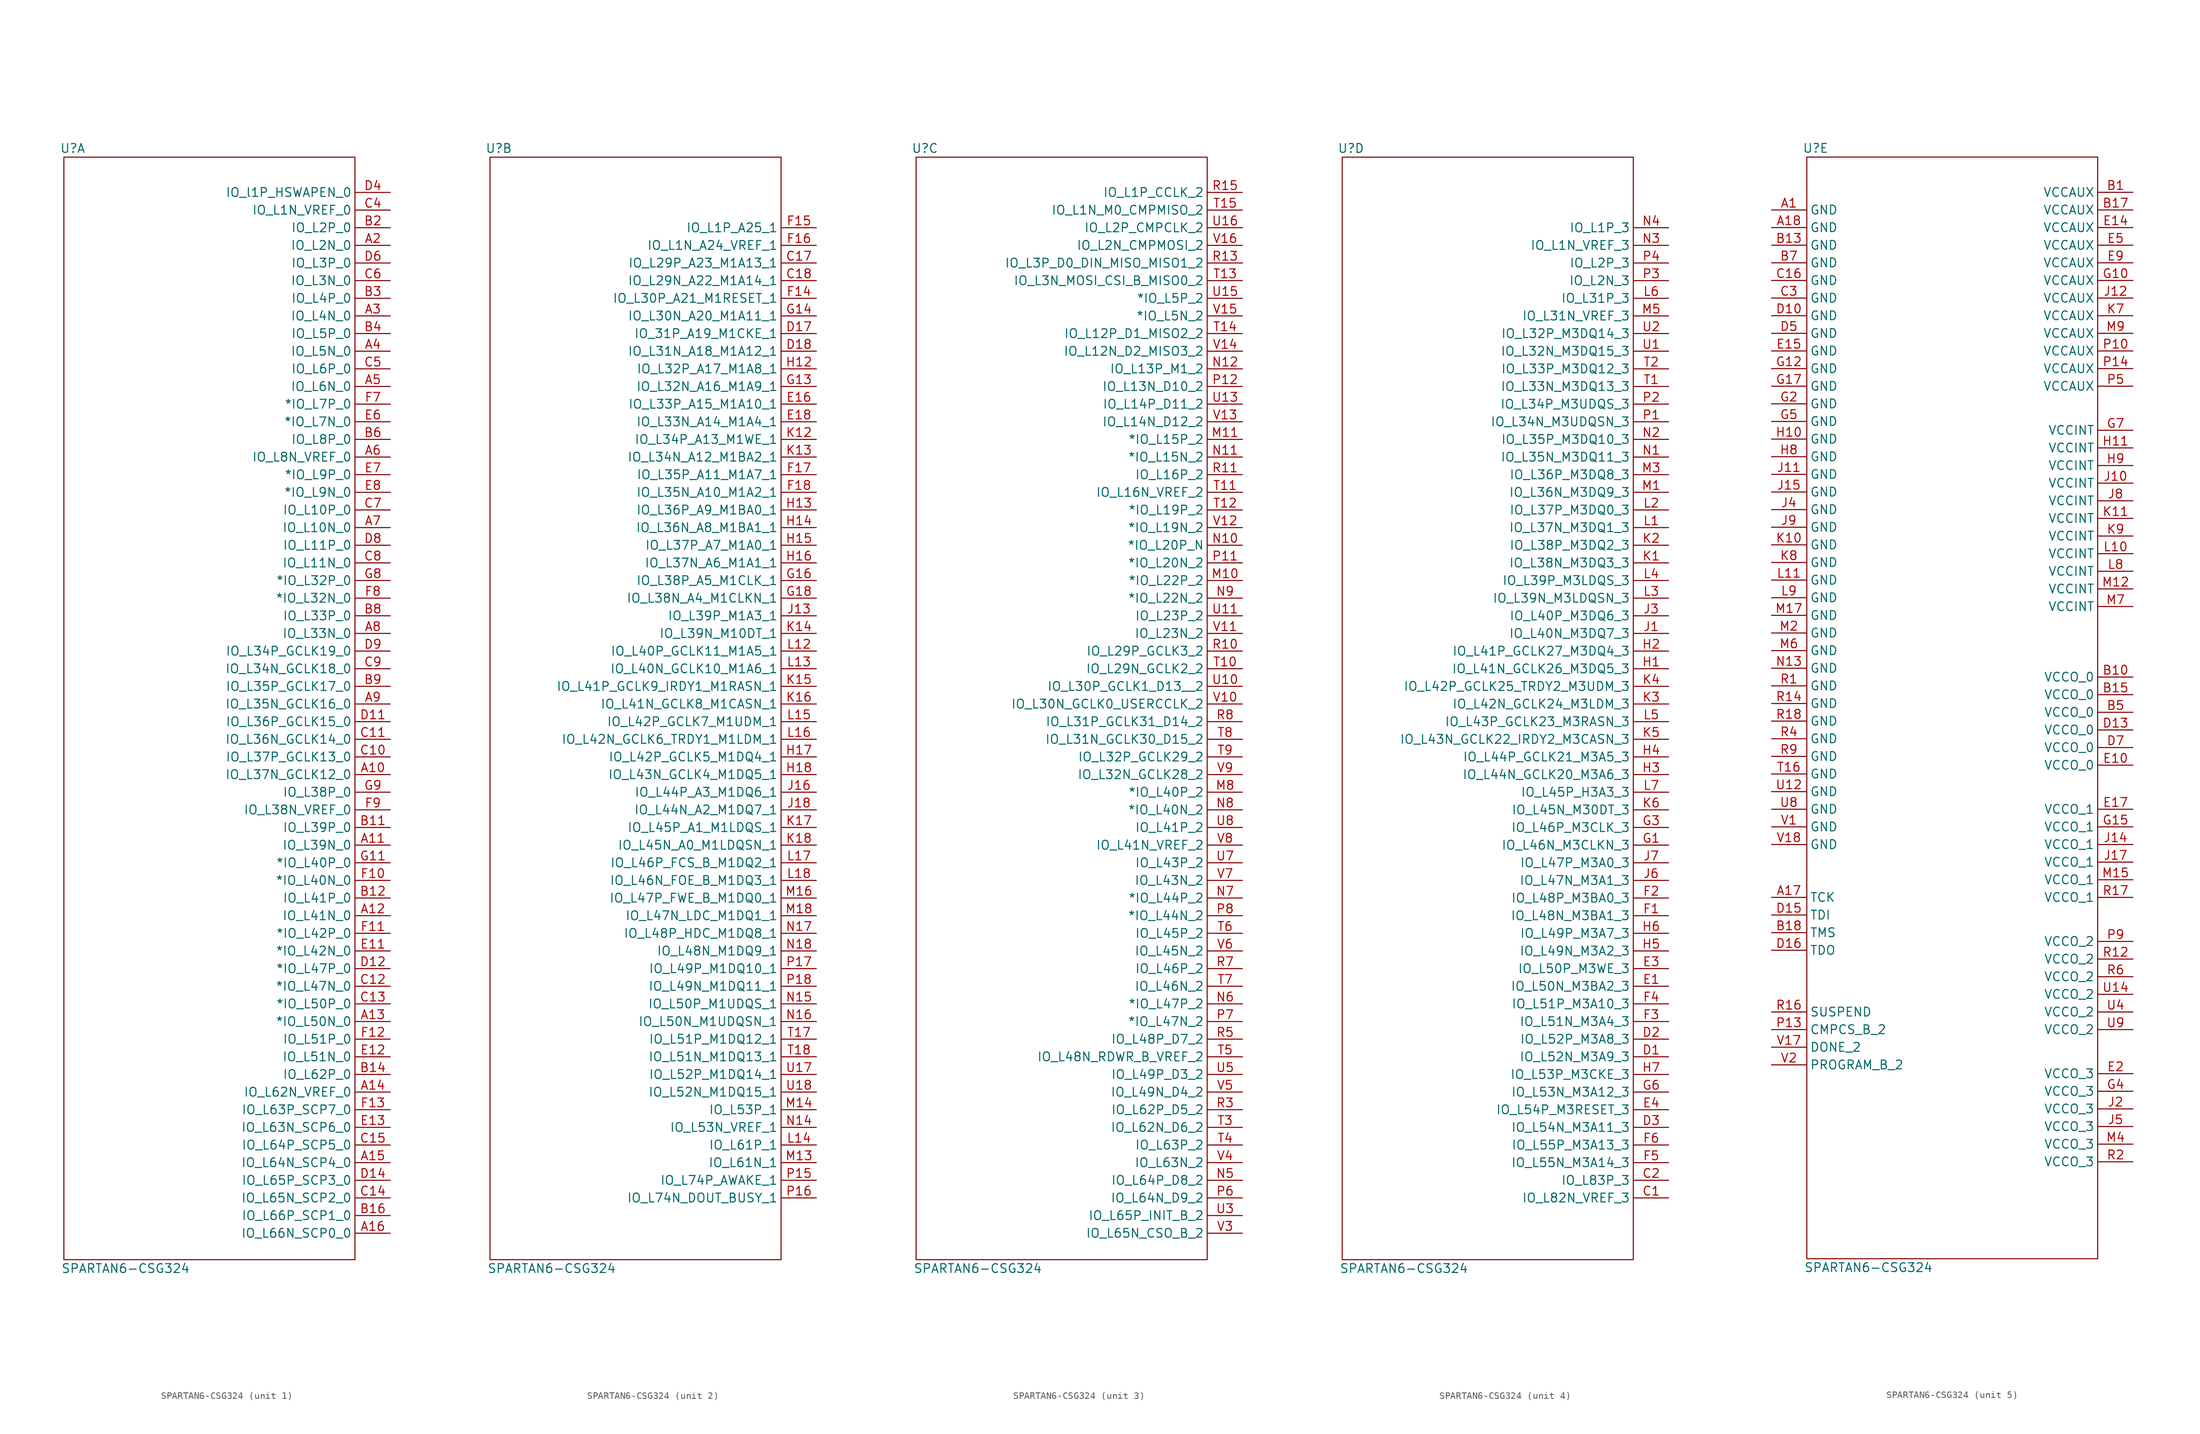
<source format=kicad_sym>
(kicad_symbol_lib
  (version 20211014)
  (generator kicad_symbol_editor)
  (symbol "SPARTAN6-CSG324"
    (property "Reference" "U"
      (at -20.32 80.01 0)
      (effects (font (size 1.27 1.27))))
    (property "Value" "SPARTAN6-CSG324"
      (at -12.7 -81.28 0)
      (effects (font (size 1.27 1.27))))
    (property "ki_locked" ""
      (at 0 0 0)
      (effects (font (size 1.27 1.27))))
    (symbol "SPARTAN6-CSG324_1_1"
      (rectangle (start 20.32 78.74) (end -21.59 -80.01) (stroke (width 0) (type default) (color 0 0 0 0)) (fill (type none)))
      (pin input line (at 25.4 -10.16 180) (length 5) (name "IO_L37N_GCLK12_0" (effects (font (size 1.27 1.27)))) (number "A10" (effects (font (size 1.27 1.27)))))
      (pin input line (at 25.4 -20.32 180) (length 5) (name "IO_L39N_0" (effects (font (size 1.27 1.27)))) (number "A11" (effects (font (size 1.27 1.27)))))
      (pin input line (at 25.4 -30.48 180) (length 5) (name "IO_L41N_0" (effects (font (size 1.27 1.27)))) (number "A12" (effects (font (size 1.27 1.27)))))
      (pin input line (at 25.4 -45.72 180) (length 5) (name "*IO_L50N_0" (effects (font (size 1.27 1.27)))) (number "A13" (effects (font (size 1.27 1.27)))))
      (pin input line (at 25.4 -55.88 180) (length 5) (name "IO_L62N_VREF_0" (effects (font (size 1.27 1.27)))) (number "A14" (effects (font (size 1.27 1.27)))))
      (pin input line (at 25.4 -66.04 180) (length 5) (name "IO_L64N_SCP4_0" (effects (font (size 1.27 1.27)))) (number "A15" (effects (font (size 1.27 1.27)))))
      (pin input line (at 25.4 -76.2 180) (length 5) (name "IO_L66N_SCP0_0" (effects (font (size 1.27 1.27)))) (number "A16" (effects (font (size 1.27 1.27)))))
      (pin input line (at 25.4 66.04 180) (length 5) (name "IO_L2N_0" (effects (font (size 1.27 1.27)))) (number "A2" (effects (font (size 1.27 1.27)))))
      (pin input line (at 25.4 55.88 180) (length 5) (name "IO_L4N_0" (effects (font (size 1.27 1.27)))) (number "A3" (effects (font (size 1.27 1.27)))))
      (pin input line (at 25.4 50.8 180) (length 5) (name "IO_L5N_0" (effects (font (size 1.27 1.27)))) (number "A4" (effects (font (size 1.27 1.27)))))
      (pin input line (at 25.4 45.72 180) (length 5) (name "IO_L6N_0" (effects (font (size 1.27 1.27)))) (number "A5" (effects (font (size 1.27 1.27)))))
      (pin input line (at 25.4 35.56 180) (length 5) (name "IO_L8N_VREF_0" (effects (font (size 1.27 1.27)))) (number "A6" (effects (font (size 1.27 1.27)))))
      (pin input line (at 25.4 25.4 180) (length 5) (name "IO_L10N_0" (effects (font (size 1.27 1.27)))) (number "A7" (effects (font (size 1.27 1.27)))))
      (pin input line (at 25.4 10.16 180) (length 5) (name "IO_L33N_0" (effects (font (size 1.27 1.27)))) (number "A8" (effects (font (size 1.27 1.27)))))
      (pin input line (at 25.4 0 180) (length 5) (name "IO_L35N_GCLK16_0" (effects (font (size 1.27 1.27)))) (number "A9" (effects (font (size 1.27 1.27)))))
      (pin input line (at 25.4 -17.78 180) (length 5) (name "IO_L39P_0" (effects (font (size 1.27 1.27)))) (number "B11" (effects (font (size 1.27 1.27)))))
      (pin input line (at 25.4 -27.94 180) (length 5) (name "IO_L41P_0" (effects (font (size 1.27 1.27)))) (number "B12" (effects (font (size 1.27 1.27)))))
      (pin input line (at 25.4 -53.34 180) (length 5) (name "IO_L62P_0" (effects (font (size 1.27 1.27)))) (number "B14" (effects (font (size 1.27 1.27)))))
      (pin input line (at 25.4 -73.66 180) (length 5) (name "IO_L66P_SCP1_0" (effects (font (size 1.27 1.27)))) (number "B16" (effects (font (size 1.27 1.27)))))
      (pin input line (at 25.4 68.58 180) (length 5) (name "IO_L2P_0" (effects (font (size 1.27 1.27)))) (number "B2" (effects (font (size 1.27 1.27)))))
      (pin input line (at 25.4 58.42 180) (length 5) (name "IO_L4P_0" (effects (font (size 1.27 1.27)))) (number "B3" (effects (font (size 1.27 1.27)))))
      (pin input line (at 25.4 53.34 180) (length 5) (name "IO_L5P_0" (effects (font (size 1.27 1.27)))) (number "B4" (effects (font (size 1.27 1.27)))))
      (pin input line (at 25.4 38.1 180) (length 5) (name "IO_L8P_0" (effects (font (size 1.27 1.27)))) (number "B6" (effects (font (size 1.27 1.27)))))
      (pin input line (at 25.4 12.7 180) (length 5) (name "IO_L33P_0" (effects (font (size 1.27 1.27)))) (number "B8" (effects (font (size 1.27 1.27)))))
      (pin input line (at 25.4 2.54 180) (length 5) (name "IO_L35P_GCLK17_0" (effects (font (size 1.27 1.27)))) (number "B9" (effects (font (size 1.27 1.27)))))
      (pin input line (at 25.4 -7.62 180) (length 5) (name "IO_L37P_GCLK13_0" (effects (font (size 1.27 1.27)))) (number "C10" (effects (font (size 1.27 1.27)))))
      (pin input line (at 25.4 -5.08 180) (length 5) (name "IO_L36N_GCLK14_0" (effects (font (size 1.27 1.27)))) (number "C11" (effects (font (size 1.27 1.27)))))
      (pin input line (at 25.4 -40.64 180) (length 5) (name "*IO_L47N_0" (effects (font (size 1.27 1.27)))) (number "C12" (effects (font (size 1.27 1.27)))))
      (pin input line (at 25.4 -43.18 180) (length 5) (name "*IO_L50P_0" (effects (font (size 1.27 1.27)))) (number "C13" (effects (font (size 1.27 1.27)))))
      (pin input line (at 25.4 -71.12 180) (length 5) (name "IO_L65N_SCP2_0" (effects (font (size 1.27 1.27)))) (number "C14" (effects (font (size 1.27 1.27)))))
      (pin input line (at 25.4 -63.5 180) (length 5) (name "IO_L64P_SCP5_0" (effects (font (size 1.27 1.27)))) (number "C15" (effects (font (size 1.27 1.27)))))
      (pin input line (at 25.4 71.12 180) (length 5) (name "IO_L1N_VREF_0" (effects (font (size 1.27 1.27)))) (number "C4" (effects (font (size 1.27 1.27)))))
      (pin input line (at 25.4 48.26 180) (length 5) (name "IO_L6P_0" (effects (font (size 1.27 1.27)))) (number "C5" (effects (font (size 1.27 1.27)))))
      (pin input line (at 25.4 60.96 180) (length 5) (name "IO_L3N_0" (effects (font (size 1.27 1.27)))) (number "C6" (effects (font (size 1.27 1.27)))))
      (pin input line (at 25.4 27.94 180) (length 5) (name "IO_L10P_0" (effects (font (size 1.27 1.27)))) (number "C7" (effects (font (size 1.27 1.27)))))
      (pin input line (at 25.4 20.32 180) (length 5) (name "IO_L11N_0" (effects (font (size 1.27 1.27)))) (number "C8" (effects (font (size 1.27 1.27)))))
      (pin input line (at 25.4 5.08 180) (length 5) (name "IO_L34N_GCLK18_0" (effects (font (size 1.27 1.27)))) (number "C9" (effects (font (size 1.27 1.27)))))
      (pin input line (at 25.4 -2.54 180) (length 5) (name "IO_L36P_GCLK15_0" (effects (font (size 1.27 1.27)))) (number "D11" (effects (font (size 1.27 1.27)))))
      (pin input line (at 25.4 -38.1 180) (length 5) (name "*IO_L47P_0" (effects (font (size 1.27 1.27)))) (number "D12" (effects (font (size 1.27 1.27)))))
      (pin input line (at 25.4 -68.58 180) (length 5) (name "IO_L65P_SCP3_0" (effects (font (size 1.27 1.27)))) (number "D14" (effects (font (size 1.27 1.27)))))
      (pin input line (at 25.4 73.66 180) (length 5) (name "IO_l1P_HSWAPEN_0" (effects (font (size 1.27 1.27)))) (number "D4" (effects (font (size 1.27 1.27)))))
      (pin input line (at 25.4 63.5 180) (length 5) (name "IO_L3P_0" (effects (font (size 1.27 1.27)))) (number "D6" (effects (font (size 1.27 1.27)))))
      (pin input line (at 25.4 22.86 180) (length 5) (name "IO_L11P_0" (effects (font (size 1.27 1.27)))) (number "D8" (effects (font (size 1.27 1.27)))))
      (pin input line (at 25.4 7.62 180) (length 5) (name "IO_L34P_GCLK19_0" (effects (font (size 1.27 1.27)))) (number "D9" (effects (font (size 1.27 1.27)))))
      (pin input line (at 25.4 -35.56 180) (length 5) (name "*IO_L42N_0" (effects (font (size 1.27 1.27)))) (number "E11" (effects (font (size 1.27 1.27)))))
      (pin input line (at 25.4 -50.8 180) (length 5) (name "IO_L51N_0" (effects (font (size 1.27 1.27)))) (number "E12" (effects (font (size 1.27 1.27)))))
      (pin input line (at 25.4 -60.96 180) (length 5) (name "IO_L63N_SCP6_0" (effects (font (size 1.27 1.27)))) (number "E13" (effects (font (size 1.27 1.27)))))
      (pin input line (at 25.4 40.64 180) (length 5) (name "*IO_L7N_0" (effects (font (size 1.27 1.27)))) (number "E6" (effects (font (size 1.27 1.27)))))
      (pin input line (at 25.4 33.02 180) (length 5) (name "*IO_L9P_0" (effects (font (size 1.27 1.27)))) (number "E7" (effects (font (size 1.27 1.27)))))
      (pin input line (at 25.4 30.48 180) (length 5) (name "*IO_L9N_0" (effects (font (size 1.27 1.27)))) (number "E8" (effects (font (size 1.27 1.27)))))
      (pin input line (at 25.4 -25.4 180) (length 5) (name "*IO_L40N_0" (effects (font (size 1.27 1.27)))) (number "F10" (effects (font (size 1.27 1.27)))))
      (pin input line (at 25.4 -33.02 180) (length 5) (name "*IO_L42P_0" (effects (font (size 1.27 1.27)))) (number "F11" (effects (font (size 1.27 1.27)))))
      (pin input line (at 25.4 -48.26 180) (length 5) (name "IO_L51P_0" (effects (font (size 1.27 1.27)))) (number "F12" (effects (font (size 1.27 1.27)))))
      (pin input line (at 25.4 -58.42 180) (length 5) (name "IO_L63P_SCP7_0" (effects (font (size 1.27 1.27)))) (number "F13" (effects (font (size 1.27 1.27)))))
      (pin input line (at 25.4 43.18 180) (length 5) (name "*IO_L7P_0" (effects (font (size 1.27 1.27)))) (number "F7" (effects (font (size 1.27 1.27)))))
      (pin input line (at 25.4 15.24 180) (length 5) (name "*IO_L32N_0" (effects (font (size 1.27 1.27)))) (number "F8" (effects (font (size 1.27 1.27)))))
      (pin input line (at 25.4 -15.24 180) (length 5) (name "IO_L38N_VREF_0" (effects (font (size 1.27 1.27)))) (number "F9" (effects (font (size 1.27 1.27)))))
      (pin input line (at 25.4 -22.86 180) (length 5) (name "*IO_L40P_0" (effects (font (size 1.27 1.27)))) (number "G11" (effects (font (size 1.27 1.27)))))
      (pin input line (at 25.4 17.78 180) (length 5) (name "*IO_L32P_0" (effects (font (size 1.27 1.27)))) (number "G8" (effects (font (size 1.27 1.27)))))
      (pin input line (at 25.4 -12.7 180) (length 5) (name "IO_L38P_0" (effects (font (size 1.27 1.27)))) (number "G9" (effects (font (size 1.27 1.27))))))
    (symbol "SPARTAN6-CSG324_2_1"
      (rectangle (start 20.32 78.74) (end -21.59 -80.01) (stroke (width 0) (type default) (color 0 0 0 0)) (fill (type none)))
      (pin input line (at 25.4 63.5 180) (length 5) (name "IO_L29P_A23_M1A13_1" (effects (font (size 1.27 1.27)))) (number "C17" (effects (font (size 1.27 1.27)))))
      (pin input line (at 25.4 60.96 180) (length 5) (name "IO_L29N_A22_M1A14_1" (effects (font (size 1.27 1.27)))) (number "C18" (effects (font (size 1.27 1.27)))))
      (pin input line (at 25.4 53.34 180) (length 5) (name "IO_31P_A19_M1CKE_1" (effects (font (size 1.27 1.27)))) (number "D17" (effects (font (size 1.27 1.27)))))
      (pin input line (at 25.4 50.8 180) (length 5) (name "IO_L31N_A18_M1A12_1" (effects (font (size 1.27 1.27)))) (number "D18" (effects (font (size 1.27 1.27)))))
      (pin input line (at 25.4 43.18 180) (length 5) (name "IO_L33P_A15_M1A10_1" (effects (font (size 1.27 1.27)))) (number "E16" (effects (font (size 1.27 1.27)))))
      (pin input line (at 25.4 40.64 180) (length 5) (name "IO_L33N_A14_M1A4_1" (effects (font (size 1.27 1.27)))) (number "E18" (effects (font (size 1.27 1.27)))))
      (pin input line (at 25.4 58.42 180) (length 5) (name "IO_L30P_A21_M1RESET_1" (effects (font (size 1.27 1.27)))) (number "F14" (effects (font (size 1.27 1.27)))))
      (pin input line (at 25.4 68.58 180) (length 5) (name "IO_L1P_A25_1" (effects (font (size 1.27 1.27)))) (number "F15" (effects (font (size 1.27 1.27)))))
      (pin input line (at 25.4 66.04 180) (length 5) (name "IO_L1N_A24_VREF_1" (effects (font (size 1.27 1.27)))) (number "F16" (effects (font (size 1.27 1.27)))))
      (pin input line (at 25.4 33.02 180) (length 5) (name "IO_L35P_A11_M1A7_1" (effects (font (size 1.27 1.27)))) (number "F17" (effects (font (size 1.27 1.27)))))
      (pin input line (at 25.4 30.48 180) (length 5) (name "IO_L35N_A10_M1A2_1" (effects (font (size 1.27 1.27)))) (number "F18" (effects (font (size 1.27 1.27)))))
      (pin input line (at 25.4 45.72 180) (length 5) (name "IO_L32N_A16_M1A9_1" (effects (font (size 1.27 1.27)))) (number "G13" (effects (font (size 1.27 1.27)))))
      (pin input line (at 25.4 55.88 180) (length 5) (name "IO_L30N_A20_M1A11_1" (effects (font (size 1.27 1.27)))) (number "G14" (effects (font (size 1.27 1.27)))))
      (pin input line (at 25.4 17.78 180) (length 5) (name "IO_L38P_A5_M1CLK_1" (effects (font (size 1.27 1.27)))) (number "G16" (effects (font (size 1.27 1.27)))))
      (pin input line (at 25.4 15.24 180) (length 5) (name "IO_L38N_A4_M1CLKN_1" (effects (font (size 1.27 1.27)))) (number "G18" (effects (font (size 1.27 1.27)))))
      (pin input line (at 25.4 48.26 180) (length 5) (name "IO_L32P_A17_M1A8_1" (effects (font (size 1.27 1.27)))) (number "H12" (effects (font (size 1.27 1.27)))))
      (pin input line (at 25.4 27.94 180) (length 5) (name "IO_L36P_A9_M1BA0_1" (effects (font (size 1.27 1.27)))) (number "H13" (effects (font (size 1.27 1.27)))))
      (pin input line (at 25.4 25.4 180) (length 5) (name "IO_L36N_A8_M1BA1_1" (effects (font (size 1.27 1.27)))) (number "H14" (effects (font (size 1.27 1.27)))))
      (pin input line (at 25.4 22.86 180) (length 5) (name "IO_L37P_A7_M1A0_1" (effects (font (size 1.27 1.27)))) (number "H15" (effects (font (size 1.27 1.27)))))
      (pin input line (at 25.4 20.32 180) (length 5) (name "IO_L37N_A6_M1A1_1" (effects (font (size 1.27 1.27)))) (number "H16" (effects (font (size 1.27 1.27)))))
      (pin input line (at 25.4 -7.62 180) (length 5) (name "IO_L42P_GCLK5_M1DQ4_1" (effects (font (size 1.27 1.27)))) (number "H17" (effects (font (size 1.27 1.27)))))
      (pin input line (at 25.4 -10.16 180) (length 5) (name "IO_L43N_GCLK4_M1DQ5_1" (effects (font (size 1.27 1.27)))) (number "H18" (effects (font (size 1.27 1.27)))))
      (pin input line (at 25.4 12.7 180) (length 5) (name "IO_L39P_M1A3_1" (effects (font (size 1.27 1.27)))) (number "J13" (effects (font (size 1.27 1.27)))))
      (pin input line (at 25.4 -12.7 180) (length 5) (name "IO_L44P_A3_M1DQ6_1" (effects (font (size 1.27 1.27)))) (number "J16" (effects (font (size 1.27 1.27)))))
      (pin input line (at 25.4 -15.24 180) (length 5) (name "IO_L44N_A2_M1DQ7_1" (effects (font (size 1.27 1.27)))) (number "J18" (effects (font (size 1.27 1.27)))))
      (pin input line (at 25.4 38.1 180) (length 5) (name "IO_L34P_A13_M1WE_1" (effects (font (size 1.27 1.27)))) (number "K12" (effects (font (size 1.27 1.27)))))
      (pin input line (at 25.4 35.56 180) (length 5) (name "IO_L34N_A12_M1BA2_1" (effects (font (size 1.27 1.27)))) (number "K13" (effects (font (size 1.27 1.27)))))
      (pin input line (at 25.4 10.16 180) (length 5) (name "IO_L39N_M10DT_1" (effects (font (size 1.27 1.27)))) (number "K14" (effects (font (size 1.27 1.27)))))
      (pin input line (at 25.4 2.54 180) (length 5) (name "IO_L41P_GCLK9_IRDY1_M1RASN_1" (effects (font (size 1.27 1.27)))) (number "K15" (effects (font (size 1.27 1.27)))))
      (pin input line (at 25.4 0 180) (length 5) (name "IO_L41N_GCLK8_M1CASN_1" (effects (font (size 1.27 1.27)))) (number "K16" (effects (font (size 1.27 1.27)))))
      (pin input line (at 25.4 -17.78 180) (length 5) (name "IO_L45P_A1_M1LDQS_1" (effects (font (size 1.27 1.27)))) (number "K17" (effects (font (size 1.27 1.27)))))
      (pin input line (at 25.4 -20.32 180) (length 5) (name "IO_L45N_A0_M1LDQSN_1" (effects (font (size 1.27 1.27)))) (number "K18" (effects (font (size 1.27 1.27)))))
      (pin input line (at 25.4 7.62 180) (length 5) (name "IO_L40P_GCLK11_M1A5_1" (effects (font (size 1.27 1.27)))) (number "L12" (effects (font (size 1.27 1.27)))))
      (pin input line (at 25.4 5.08 180) (length 5) (name "IO_L40N_GCLK10_M1A6_1" (effects (font (size 1.27 1.27)))) (number "L13" (effects (font (size 1.27 1.27)))))
      (pin input line (at 25.4 -63.5 180) (length 5) (name "IO_L61P_1" (effects (font (size 1.27 1.27)))) (number "L14" (effects (font (size 1.27 1.27)))))
      (pin input line (at 25.4 -2.54 180) (length 5) (name "IO_L42P_GCLK7_M1UDM_1" (effects (font (size 1.27 1.27)))) (number "L15" (effects (font (size 1.27 1.27)))))
      (pin input line (at 25.4 -5.08 180) (length 5) (name "IO_L42N_GCLK6_TRDY1_M1LDM_1" (effects (font (size 1.27 1.27)))) (number "L16" (effects (font (size 1.27 1.27)))))
      (pin input line (at 25.4 -22.86 180) (length 5) (name "IO_L46P_FCS_B_M1DQ2_1" (effects (font (size 1.27 1.27)))) (number "L17" (effects (font (size 1.27 1.27)))))
      (pin input line (at 25.4 -25.4 180) (length 5) (name "IO_L46N_FOE_B_M1DQ3_1" (effects (font (size 1.27 1.27)))) (number "L18" (effects (font (size 1.27 1.27)))))
      (pin input line (at 25.4 -66.04 180) (length 5) (name "IO_L61N_1" (effects (font (size 1.27 1.27)))) (number "M13" (effects (font (size 1.27 1.27)))))
      (pin input line (at 25.4 -58.42 180) (length 5) (name "IO_L53P_1" (effects (font (size 1.27 1.27)))) (number "M14" (effects (font (size 1.27 1.27)))))
      (pin input line (at 25.4 -27.94 180) (length 5) (name "IO_L47P_FWE_B_M1DQ0_1" (effects (font (size 1.27 1.27)))) (number "M16" (effects (font (size 1.27 1.27)))))
      (pin input line (at 25.4 -30.48 180) (length 5) (name "IO_L47N_LDC_M1DQ1_1" (effects (font (size 1.27 1.27)))) (number "M18" (effects (font (size 1.27 1.27)))))
      (pin input line (at 25.4 -60.96 180) (length 5) (name "IO_L53N_VREF_1" (effects (font (size 1.27 1.27)))) (number "N14" (effects (font (size 1.27 1.27)))))
      (pin input line (at 25.4 -43.18 180) (length 5) (name "IO_L50P_M1UDQS_1" (effects (font (size 1.27 1.27)))) (number "N15" (effects (font (size 1.27 1.27)))))
      (pin input line (at 25.4 -45.72 180) (length 5) (name "IO_L50N_M1UDQSN_1" (effects (font (size 1.27 1.27)))) (number "N16" (effects (font (size 1.27 1.27)))))
      (pin input line (at 25.4 -33.02 180) (length 5) (name "IO_L48P_HDC_M1DQ8_1" (effects (font (size 1.27 1.27)))) (number "N17" (effects (font (size 1.27 1.27)))))
      (pin input line (at 25.4 -35.56 180) (length 5) (name "IO_L48N_M1DQ9_1" (effects (font (size 1.27 1.27)))) (number "N18" (effects (font (size 1.27 1.27)))))
      (pin input line (at 25.4 -68.58 180) (length 5) (name "IO_L74P_AWAKE_1" (effects (font (size 1.27 1.27)))) (number "P15" (effects (font (size 1.27 1.27)))))
      (pin input line (at 25.4 -71.12 180) (length 5) (name "IO_L74N_DOUT_BUSY_1" (effects (font (size 1.27 1.27)))) (number "P16" (effects (font (size 1.27 1.27)))))
      (pin input line (at 25.4 -38.1 180) (length 5) (name "IO_L49P_M1DQ10_1" (effects (font (size 1.27 1.27)))) (number "P17" (effects (font (size 1.27 1.27)))))
      (pin input line (at 25.4 -40.64 180) (length 5) (name "IO_L49N_M1DQ11_1" (effects (font (size 1.27 1.27)))) (number "P18" (effects (font (size 1.27 1.27)))))
      (pin input line (at 25.4 -48.26 180) (length 5) (name "IO_L51P_M1DQ12_1" (effects (font (size 1.27 1.27)))) (number "T17" (effects (font (size 1.27 1.27)))))
      (pin input line (at 25.4 -50.8 180) (length 5) (name "IO_L51N_M1DQ13_1" (effects (font (size 1.27 1.27)))) (number "T18" (effects (font (size 1.27 1.27)))))
      (pin input line (at 25.4 -53.34 180) (length 5) (name "IO_L52P_M1DQ14_1" (effects (font (size 1.27 1.27)))) (number "U17" (effects (font (size 1.27 1.27)))))
      (pin input line (at 25.4 -55.88 180) (length 5) (name "IO_L52N_M1DQ15_1" (effects (font (size 1.27 1.27)))) (number "U18" (effects (font (size 1.27 1.27))))))
    (symbol "SPARTAN6-CSG324_3_1"
      (rectangle (start 20.32 78.74) (end -21.59 -80.01) (stroke (width 0) (type default) (color 0 0 0 0)) (fill (type none)))
      (pin input line (at 25.4 17.78 180) (length 5) (name "*IO_L22P_2" (effects (font (size 1.27 1.27)))) (number "M10" (effects (font (size 1.27 1.27)))))
      (pin input line (at 25.4 38.1 180) (length 5) (name "*IO_L15P_2" (effects (font (size 1.27 1.27)))) (number "M11" (effects (font (size 1.27 1.27)))))
      (pin input line (at 25.4 -12.7 180) (length 5) (name "*IO_L40P_2" (effects (font (size 1.27 1.27)))) (number "M8" (effects (font (size 1.27 1.27)))))
      (pin input line (at 25.4 22.86 180) (length 5) (name "*IO_L20P_N" (effects (font (size 1.27 1.27)))) (number "N10" (effects (font (size 1.27 1.27)))))
      (pin input line (at 25.4 35.56 180) (length 5) (name "*IO_L15N_2" (effects (font (size 1.27 1.27)))) (number "N11" (effects (font (size 1.27 1.27)))))
      (pin input line (at 25.4 48.26 180) (length 5) (name "IO_L13P_M1_2" (effects (font (size 1.27 1.27)))) (number "N12" (effects (font (size 1.27 1.27)))))
      (pin input line (at 25.4 -68.58 180) (length 5) (name "IO_L64P_D8_2" (effects (font (size 1.27 1.27)))) (number "N5" (effects (font (size 1.27 1.27)))))
      (pin input line (at 25.4 -43.18 180) (length 5) (name "*IO_L47P_2" (effects (font (size 1.27 1.27)))) (number "N6" (effects (font (size 1.27 1.27)))))
      (pin input line (at 25.4 -27.94 180) (length 5) (name "*IO_L44P_2" (effects (font (size 1.27 1.27)))) (number "N7" (effects (font (size 1.27 1.27)))))
      (pin input line (at 25.4 -15.24 180) (length 5) (name "*IO_L40N_2" (effects (font (size 1.27 1.27)))) (number "N8" (effects (font (size 1.27 1.27)))))
      (pin input line (at 25.4 15.24 180) (length 5) (name "*IO_L22N_2" (effects (font (size 1.27 1.27)))) (number "N9" (effects (font (size 1.27 1.27)))))
      (pin input line (at 25.4 20.32 180) (length 5) (name "*IO_L20N_2" (effects (font (size 1.27 1.27)))) (number "P11" (effects (font (size 1.27 1.27)))))
      (pin input line (at 25.4 45.72 180) (length 5) (name "IO_L13N_D10_2" (effects (font (size 1.27 1.27)))) (number "P12" (effects (font (size 1.27 1.27)))))
      (pin input line (at 25.4 -71.12 180) (length 5) (name "IO_L64N_D9_2" (effects (font (size 1.27 1.27)))) (number "P6" (effects (font (size 1.27 1.27)))))
      (pin input line (at 25.4 -45.72 180) (length 5) (name "*IO_L47N_2" (effects (font (size 1.27 1.27)))) (number "P7" (effects (font (size 1.27 1.27)))))
      (pin input line (at 25.4 -30.48 180) (length 5) (name "*IO_L44N_2" (effects (font (size 1.27 1.27)))) (number "P8" (effects (font (size 1.27 1.27)))))
      (pin input line (at 25.4 7.62 180) (length 5) (name "IO_L29P_GCLK3_2" (effects (font (size 1.27 1.27)))) (number "R10" (effects (font (size 1.27 1.27)))))
      (pin input line (at 25.4 33.02 180) (length 5) (name "IO_L16P_2" (effects (font (size 1.27 1.27)))) (number "R11" (effects (font (size 1.27 1.27)))))
      (pin input line (at 25.4 63.5 180) (length 5) (name "IO_L3P_D0_DIN_MISO_MISO1_2" (effects (font (size 1.27 1.27)))) (number "R13" (effects (font (size 1.27 1.27)))))
      (pin input line (at 25.4 73.66 180) (length 5) (name "IO_L1P_CCLK_2" (effects (font (size 1.27 1.27)))) (number "R15" (effects (font (size 1.27 1.27)))))
      (pin input line (at 25.4 -58.42 180) (length 5) (name "IO_L62P_D5_2" (effects (font (size 1.27 1.27)))) (number "R3" (effects (font (size 1.27 1.27)))))
      (pin input line (at 25.4 -48.26 180) (length 5) (name "IO_L48P_D7_2" (effects (font (size 1.27 1.27)))) (number "R5" (effects (font (size 1.27 1.27)))))
      (pin input line (at 25.4 -38.1 180) (length 5) (name "IO_L46P_2" (effects (font (size 1.27 1.27)))) (number "R7" (effects (font (size 1.27 1.27)))))
      (pin input line (at 25.4 -2.54 180) (length 5) (name "IO_L31P_GCLK31_D14_2" (effects (font (size 1.27 1.27)))) (number "R8" (effects (font (size 1.27 1.27)))))
      (pin input line (at 25.4 5.08 180) (length 5) (name "IO_L29N_GCLK2_2" (effects (font (size 1.27 1.27)))) (number "T10" (effects (font (size 1.27 1.27)))))
      (pin input line (at 25.4 30.48 180) (length 5) (name "IO_L16N_VREF_2" (effects (font (size 1.27 1.27)))) (number "T11" (effects (font (size 1.27 1.27)))))
      (pin input line (at 25.4 27.94 180) (length 5) (name "*IO_L19P_2" (effects (font (size 1.27 1.27)))) (number "T12" (effects (font (size 1.27 1.27)))))
      (pin input line (at 25.4 60.96 180) (length 5) (name "IO_L3N_MOSI_CSI_B_MISO0_2" (effects (font (size 1.27 1.27)))) (number "T13" (effects (font (size 1.27 1.27)))))
      (pin input line (at 25.4 53.34 180) (length 5) (name "IO_L12P_D1_MISO2_2" (effects (font (size 1.27 1.27)))) (number "T14" (effects (font (size 1.27 1.27)))))
      (pin input line (at 25.4 71.12 180) (length 5) (name "IO_L1N_M0_CMPMISO_2" (effects (font (size 1.27 1.27)))) (number "T15" (effects (font (size 1.27 1.27)))))
      (pin input line (at 25.4 -60.96 180) (length 5) (name "IO_L62N_D6_2" (effects (font (size 1.27 1.27)))) (number "T3" (effects (font (size 1.27 1.27)))))
      (pin input line (at 25.4 -63.5 180) (length 5) (name "IO_L63P_2" (effects (font (size 1.27 1.27)))) (number "T4" (effects (font (size 1.27 1.27)))))
      (pin input line (at 25.4 -50.8 180) (length 5) (name "IO_L48N_RDWR_B_VREF_2" (effects (font (size 1.27 1.27)))) (number "T5" (effects (font (size 1.27 1.27)))))
      (pin input line (at 25.4 -33.02 180) (length 5) (name "IO_L45P_2" (effects (font (size 1.27 1.27)))) (number "T6" (effects (font (size 1.27 1.27)))))
      (pin input line (at 25.4 -40.64 180) (length 5) (name "IO_L46N_2" (effects (font (size 1.27 1.27)))) (number "T7" (effects (font (size 1.27 1.27)))))
      (pin input line (at 25.4 -5.08 180) (length 5) (name "IO_L31N_GCLK30_D15_2" (effects (font (size 1.27 1.27)))) (number "T8" (effects (font (size 1.27 1.27)))))
      (pin input line (at 25.4 -7.62 180) (length 5) (name "IO_L32P_GCLK29_2" (effects (font (size 1.27 1.27)))) (number "T9" (effects (font (size 1.27 1.27)))))
      (pin input line (at 25.4 2.54 180) (length 5) (name "IO_L30P_GCLK1_D13__2" (effects (font (size 1.27 1.27)))) (number "U10" (effects (font (size 1.27 1.27)))))
      (pin input line (at 25.4 12.7 180) (length 5) (name "IO_L23P_2" (effects (font (size 1.27 1.27)))) (number "U11" (effects (font (size 1.27 1.27)))))
      (pin input line (at 25.4 43.18 180) (length 5) (name "IO_L14P_D11_2" (effects (font (size 1.27 1.27)))) (number "U13" (effects (font (size 1.27 1.27)))))
      (pin input line (at 25.4 58.42 180) (length 5) (name "*IO_L5P_2" (effects (font (size 1.27 1.27)))) (number "U15" (effects (font (size 1.27 1.27)))))
      (pin input line (at 25.4 68.58 180) (length 5) (name "IO_L2P_CMPCLK_2" (effects (font (size 1.27 1.27)))) (number "U16" (effects (font (size 1.27 1.27)))))
      (pin input line (at 25.4 -73.66 180) (length 5) (name "IO_L65P_INIT_B_2" (effects (font (size 1.27 1.27)))) (number "U3" (effects (font (size 1.27 1.27)))))
      (pin input line (at 25.4 -53.34 180) (length 5) (name "IO_L49P_D3_2" (effects (font (size 1.27 1.27)))) (number "U5" (effects (font (size 1.27 1.27)))))
      (pin input line (at 25.4 -22.86 180) (length 5) (name "IO_L43P_2" (effects (font (size 1.27 1.27)))) (number "U7" (effects (font (size 1.27 1.27)))))
      (pin input line (at 25.4 -17.78 180) (length 5) (name "IO_L41P_2" (effects (font (size 1.27 1.27)))) (number "U8" (effects (font (size 1.27 1.27)))))
      (pin input line (at 25.4 0 180) (length 5) (name "IO_L30N_GCLK0_USERCCLK_2" (effects (font (size 1.27 1.27)))) (number "V10" (effects (font (size 1.27 1.27)))))
      (pin input line (at 25.4 10.16 180) (length 5) (name "IO_L23N_2" (effects (font (size 1.27 1.27)))) (number "V11" (effects (font (size 1.27 1.27)))))
      (pin input line (at 25.4 25.4 180) (length 5) (name "*IO_L19N_2" (effects (font (size 1.27 1.27)))) (number "V12" (effects (font (size 1.27 1.27)))))
      (pin input line (at 25.4 40.64 180) (length 5) (name "IO_L14N_D12_2" (effects (font (size 1.27 1.27)))) (number "V13" (effects (font (size 1.27 1.27)))))
      (pin input line (at 25.4 50.8 180) (length 5) (name "IO_L12N_D2_MISO3_2" (effects (font (size 1.27 1.27)))) (number "V14" (effects (font (size 1.27 1.27)))))
      (pin input line (at 25.4 55.88 180) (length 5) (name "*IO_L5N_2" (effects (font (size 1.27 1.27)))) (number "V15" (effects (font (size 1.27 1.27)))))
      (pin input line (at 25.4 66.04 180) (length 5) (name "IO_L2N_CMPMOSI_2" (effects (font (size 1.27 1.27)))) (number "V16" (effects (font (size 1.27 1.27)))))
      (pin input line (at 25.4 -76.2 180) (length 5) (name "IO_L65N_CSO_B_2" (effects (font (size 1.27 1.27)))) (number "V3" (effects (font (size 1.27 1.27)))))
      (pin input line (at 25.4 -66.04 180) (length 5) (name "IO_L63N_2" (effects (font (size 1.27 1.27)))) (number "V4" (effects (font (size 1.27 1.27)))))
      (pin input line (at 25.4 -55.88 180) (length 5) (name "IO_L49N_D4_2" (effects (font (size 1.27 1.27)))) (number "V5" (effects (font (size 1.27 1.27)))))
      (pin input line (at 25.4 -35.56 180) (length 5) (name "IO_L45N_2" (effects (font (size 1.27 1.27)))) (number "V6" (effects (font (size 1.27 1.27)))))
      (pin input line (at 25.4 -25.4 180) (length 5) (name "IO_L43N_2" (effects (font (size 1.27 1.27)))) (number "V7" (effects (font (size 1.27 1.27)))))
      (pin input line (at 25.4 -20.32 180) (length 5) (name "IO_L41N_VREF_2" (effects (font (size 1.27 1.27)))) (number "V8" (effects (font (size 1.27 1.27)))))
      (pin input line (at 25.4 -10.16 180) (length 5) (name "IO_L32N_GCLK28_2" (effects (font (size 1.27 1.27)))) (number "V9" (effects (font (size 1.27 1.27))))))
    (symbol "SPARTAN6-CSG324_4_1"
      (rectangle (start 20.32 78.74) (end -21.59 -80.01) (stroke (width 0) (type default) (color 0 0 0 0)) (fill (type none)))
      (pin input line (at 25.4 -71.12 180) (length 5) (name "IO_L82N_VREF_3" (effects (font (size 1.27 1.27)))) (number "C1" (effects (font (size 1.27 1.27)))))
      (pin input line (at 25.4 -68.58 180) (length 5) (name "IO_L83P_3" (effects (font (size 1.27 1.27)))) (number "C2" (effects (font (size 1.27 1.27)))))
      (pin input line (at 25.4 -50.8 180) (length 5) (name "IO_L52N_M3A9_3" (effects (font (size 1.27 1.27)))) (number "D1" (effects (font (size 1.27 1.27)))))
      (pin input line (at 25.4 -48.26 180) (length 5) (name "IO_L52P_M3A8_3" (effects (font (size 1.27 1.27)))) (number "D2" (effects (font (size 1.27 1.27)))))
      (pin input line (at 25.4 -60.96 180) (length 5) (name "IO_L54N_M3A11_3" (effects (font (size 1.27 1.27)))) (number "D3" (effects (font (size 1.27 1.27)))))
      (pin input line (at 25.4 -40.64 180) (length 5) (name "IO_L50N_M3BA2_3" (effects (font (size 1.27 1.27)))) (number "E1" (effects (font (size 1.27 1.27)))))
      (pin input line (at 25.4 -38.1 180) (length 5) (name "IO_L50P_M3WE_3" (effects (font (size 1.27 1.27)))) (number "E3" (effects (font (size 1.27 1.27)))))
      (pin input line (at 25.4 -58.42 180) (length 5) (name "IO_L54P_M3RESET_3" (effects (font (size 1.27 1.27)))) (number "E4" (effects (font (size 1.27 1.27)))))
      (pin input line (at 25.4 -30.48 180) (length 5) (name "IO_L48N_M3BA1_3" (effects (font (size 1.27 1.27)))) (number "F1" (effects (font (size 1.27 1.27)))))
      (pin input line (at 25.4 -27.94 180) (length 5) (name "IO_L48P_M3BA0_3" (effects (font (size 1.27 1.27)))) (number "F2" (effects (font (size 1.27 1.27)))))
      (pin input line (at 25.4 -45.72 180) (length 5) (name "IO_L51N_M3A4_3" (effects (font (size 1.27 1.27)))) (number "F3" (effects (font (size 1.27 1.27)))))
      (pin input line (at 25.4 -43.18 180) (length 5) (name "IO_L51P_M3A10_3" (effects (font (size 1.27 1.27)))) (number "F4" (effects (font (size 1.27 1.27)))))
      (pin input line (at 25.4 -66.04 180) (length 5) (name "IO_L55N_M3A14_3" (effects (font (size 1.27 1.27)))) (number "F5" (effects (font (size 1.27 1.27)))))
      (pin input line (at 25.4 -63.5 180) (length 5) (name "IO_L55P_M3A13_3" (effects (font (size 1.27 1.27)))) (number "F6" (effects (font (size 1.27 1.27)))))
      (pin input line (at 25.4 -20.32 180) (length 5) (name "IO_L46N_M3CLKN_3" (effects (font (size 1.27 1.27)))) (number "G1" (effects (font (size 1.27 1.27)))))
      (pin input line (at 25.4 -17.78 180) (length 5) (name "IO_L46P_M3CLK_3" (effects (font (size 1.27 1.27)))) (number "G3" (effects (font (size 1.27 1.27)))))
      (pin input line (at 25.4 -55.88 180) (length 5) (name "IO_L53N_M3A12_3" (effects (font (size 1.27 1.27)))) (number "G6" (effects (font (size 1.27 1.27)))))
      (pin input line (at 25.4 5.08 180) (length 5) (name "IO_L41N_GCLK26_M3DQ5_3" (effects (font (size 1.27 1.27)))) (number "H1" (effects (font (size 1.27 1.27)))))
      (pin input line (at 25.4 7.62 180) (length 5) (name "IO_L41P_GCLK27_M3DQ4_3" (effects (font (size 1.27 1.27)))) (number "H2" (effects (font (size 1.27 1.27)))))
      (pin input line (at 25.4 -10.16 180) (length 5) (name "IO_L44N_GCLK20_M3A6_3" (effects (font (size 1.27 1.27)))) (number "H3" (effects (font (size 1.27 1.27)))))
      (pin input line (at 25.4 -7.62 180) (length 5) (name "IO_L44P_GCLK21_M3A5_3" (effects (font (size 1.27 1.27)))) (number "H4" (effects (font (size 1.27 1.27)))))
      (pin input line (at 25.4 -35.56 180) (length 5) (name "IO_L49N_M3A2_3" (effects (font (size 1.27 1.27)))) (number "H5" (effects (font (size 1.27 1.27)))))
      (pin input line (at 25.4 -33.02 180) (length 5) (name "IO_L49P_M3A7_3" (effects (font (size 1.27 1.27)))) (number "H6" (effects (font (size 1.27 1.27)))))
      (pin input line (at 25.4 -53.34 180) (length 5) (name "IO_L53P_M3CKE_3" (effects (font (size 1.27 1.27)))) (number "H7" (effects (font (size 1.27 1.27)))))
      (pin input line (at 25.4 10.16 180) (length 5) (name "IO_L40N_M3DQ7_3" (effects (font (size 1.27 1.27)))) (number "J1" (effects (font (size 1.27 1.27)))))
      (pin input line (at 25.4 12.7 180) (length 5) (name "IO_L40P_M3DQ6_3" (effects (font (size 1.27 1.27)))) (number "J3" (effects (font (size 1.27 1.27)))))
      (pin input line (at 25.4 -25.4 180) (length 5) (name "IO_L47N_M3A1_3" (effects (font (size 1.27 1.27)))) (number "J6" (effects (font (size 1.27 1.27)))))
      (pin input line (at 25.4 -22.86 180) (length 5) (name "IO_L47P_M3A0_3" (effects (font (size 1.27 1.27)))) (number "J7" (effects (font (size 1.27 1.27)))))
      (pin input line (at 25.4 20.32 180) (length 5) (name "IO_L38N_M3DQ3_3" (effects (font (size 1.27 1.27)))) (number "K1" (effects (font (size 1.27 1.27)))))
      (pin input line (at 25.4 22.86 180) (length 5) (name "IO_L38P_M3DQ2_3" (effects (font (size 1.27 1.27)))) (number "K2" (effects (font (size 1.27 1.27)))))
      (pin input line (at 25.4 0 180) (length 5) (name "IO_L42N_GCLK24_M3LDM_3" (effects (font (size 1.27 1.27)))) (number "K3" (effects (font (size 1.27 1.27)))))
      (pin input line (at 25.4 2.54 180) (length 5) (name "IO_L42P_GCLK25_TRDY2_M3UDM_3" (effects (font (size 1.27 1.27)))) (number "K4" (effects (font (size 1.27 1.27)))))
      (pin input line (at 25.4 -5.08 180) (length 5) (name "IO_L43N_GCLK22_IRDY2_M3CASN_3" (effects (font (size 1.27 1.27)))) (number "K5" (effects (font (size 1.27 1.27)))))
      (pin input line (at 25.4 -15.24 180) (length 5) (name "IO_L45N_M30DT_3" (effects (font (size 1.27 1.27)))) (number "K6" (effects (font (size 1.27 1.27)))))
      (pin input line (at 25.4 25.4 180) (length 5) (name "IO_L37N_M3DQ1_3" (effects (font (size 1.27 1.27)))) (number "L1" (effects (font (size 1.27 1.27)))))
      (pin input line (at 25.4 27.94 180) (length 5) (name "IO_L37P_M3DQ0_3" (effects (font (size 1.27 1.27)))) (number "L2" (effects (font (size 1.27 1.27)))))
      (pin input line (at 25.4 15.24 180) (length 5) (name "IO_L39N_M3LDQSN_3" (effects (font (size 1.27 1.27)))) (number "L3" (effects (font (size 1.27 1.27)))))
      (pin input line (at 25.4 17.78 180) (length 5) (name "IO_L39P_M3LDQS_3" (effects (font (size 1.27 1.27)))) (number "L4" (effects (font (size 1.27 1.27)))))
      (pin input line (at 25.4 -2.54 180) (length 5) (name "IO_L43P_GCLK23_M3RASN_3" (effects (font (size 1.27 1.27)))) (number "L5" (effects (font (size 1.27 1.27)))))
      (pin input line (at 25.4 58.42 180) (length 5) (name "IO_L31P_3" (effects (font (size 1.27 1.27)))) (number "L6" (effects (font (size 1.27 1.27)))))
      (pin input line (at 25.4 -12.7 180) (length 5) (name "IO_L45P_H3A3_3" (effects (font (size 1.27 1.27)))) (number "L7" (effects (font (size 1.27 1.27)))))
      (pin input line (at 25.4 30.48 180) (length 5) (name "IO_L36N_M3DQ9_3" (effects (font (size 1.27 1.27)))) (number "M1" (effects (font (size 1.27 1.27)))))
      (pin input line (at 25.4 33.02 180) (length 5) (name "IO_L36P_M3DQ8_3" (effects (font (size 1.27 1.27)))) (number "M3" (effects (font (size 1.27 1.27)))))
      (pin input line (at 25.4 55.88 180) (length 5) (name "IO_L31N_VREF_3" (effects (font (size 1.27 1.27)))) (number "M5" (effects (font (size 1.27 1.27)))))
      (pin input line (at 25.4 35.56 180) (length 5) (name "IO_L35N_M3DQ11_3" (effects (font (size 1.27 1.27)))) (number "N1" (effects (font (size 1.27 1.27)))))
      (pin input line (at 25.4 38.1 180) (length 5) (name "IO_L35P_M3DQ10_3" (effects (font (size 1.27 1.27)))) (number "N2" (effects (font (size 1.27 1.27)))))
      (pin input line (at 25.4 66.04 180) (length 5) (name "IO_L1N_VREF_3" (effects (font (size 1.27 1.27)))) (number "N3" (effects (font (size 1.27 1.27)))))
      (pin input line (at 25.4 68.58 180) (length 5) (name "IO_L1P_3" (effects (font (size 1.27 1.27)))) (number "N4" (effects (font (size 1.27 1.27)))))
      (pin input line (at 25.4 40.64 180) (length 5) (name "IO_L34N_M3UDQSN_3" (effects (font (size 1.27 1.27)))) (number "P1" (effects (font (size 1.27 1.27)))))
      (pin input line (at 25.4 43.18 180) (length 5) (name "IO_L34P_M3UDQS_3" (effects (font (size 1.27 1.27)))) (number "P2" (effects (font (size 1.27 1.27)))))
      (pin input line (at 25.4 60.96 180) (length 5) (name "IO_L2N_3" (effects (font (size 1.27 1.27)))) (number "P3" (effects (font (size 1.27 1.27)))))
      (pin input line (at 25.4 63.5 180) (length 5) (name "IO_L2P_3" (effects (font (size 1.27 1.27)))) (number "P4" (effects (font (size 1.27 1.27)))))
      (pin input line (at 25.4 45.72 180) (length 5) (name "IO_L33N_M3DQ13_3" (effects (font (size 1.27 1.27)))) (number "T1" (effects (font (size 1.27 1.27)))))
      (pin input line (at 25.4 48.26 180) (length 5) (name "IO_L33P_M3DQ12_3" (effects (font (size 1.27 1.27)))) (number "T2" (effects (font (size 1.27 1.27)))))
      (pin input line (at 25.4 50.8 180) (length 5) (name "IO_L32N_M3DQ15_3" (effects (font (size 1.27 1.27)))) (number "U1" (effects (font (size 1.27 1.27)))))
      (pin input line (at 25.4 53.34 180) (length 5) (name "IO_L32P_M3DQ14_3" (effects (font (size 1.27 1.27)))) (number "U2" (effects (font (size 1.27 1.27))))))
    (symbol "SPARTAN6-CSG324_5_1"
      (rectangle (start 20.32 78.74) (end -21.59 -80.01) (stroke (width 0) (type default) (color 0 0 0 0)) (fill (type none)))
      (pin input line (at -26.67 71.12 0) (length 5) (name "GND" (effects (font (size 1.27 1.27)))) (number "A1" (effects (font (size 1.27 1.27)))))
      (pin input line (at -26.67 -27.94 0) (length 5) (name "TCK" (effects (font (size 1.27 1.27)))) (number "A17" (effects (font (size 1.27 1.27)))))
      (pin input line (at -26.67 68.58 0) (length 5) (name "GND" (effects (font (size 1.27 1.27)))) (number "A18" (effects (font (size 1.27 1.27)))))
      (pin input line (at 25.4 73.66 180) (length 5) (name "VCCAUX" (effects (font (size 1.27 1.27)))) (number "B1" (effects (font (size 1.27 1.27)))))
      (pin input line (at 25.4 3.81 180) (length 5) (name "VCCO_0" (effects (font (size 1.27 1.27)))) (number "B10" (effects (font (size 1.27 1.27)))))
      (pin input line (at -26.67 66.04 0) (length 5) (name "GND" (effects (font (size 1.27 1.27)))) (number "B13" (effects (font (size 1.27 1.27)))))
      (pin input line (at 25.4 1.27 180) (length 5) (name "VCCO_0" (effects (font (size 1.27 1.27)))) (number "B15" (effects (font (size 1.27 1.27)))))
      (pin input line (at 25.4 71.12 180) (length 5) (name "VCCAUX" (effects (font (size 1.27 1.27)))) (number "B17" (effects (font (size 1.27 1.27)))))
      (pin input line (at -26.67 -33.02 0) (length 5) (name "TMS" (effects (font (size 1.27 1.27)))) (number "B18" (effects (font (size 1.27 1.27)))))
      (pin input line (at 25.4 -1.27 180) (length 5) (name "VCCO_0" (effects (font (size 1.27 1.27)))) (number "B5" (effects (font (size 1.27 1.27)))))
      (pin input line (at -26.67 63.5 0) (length 5) (name "GND" (effects (font (size 1.27 1.27)))) (number "B7" (effects (font (size 1.27 1.27)))))
      (pin input line (at -26.67 60.96 0) (length 5) (name "GND" (effects (font (size 1.27 1.27)))) (number "C16" (effects (font (size 1.27 1.27)))))
      (pin input line (at -26.67 58.42 0) (length 5) (name "GND" (effects (font (size 1.27 1.27)))) (number "C3" (effects (font (size 1.27 1.27)))))
      (pin input line (at -26.67 55.88 0) (length 5) (name "GND" (effects (font (size 1.27 1.27)))) (number "D10" (effects (font (size 1.27 1.27)))))
      (pin input line (at 25.4 -3.81 180) (length 5) (name "VCCO_0" (effects (font (size 1.27 1.27)))) (number "D13" (effects (font (size 1.27 1.27)))))
      (pin input line (at -26.67 -30.48 0) (length 5) (name "TDI" (effects (font (size 1.27 1.27)))) (number "D15" (effects (font (size 1.27 1.27)))))
      (pin input line (at -26.67 -35.56 0) (length 5) (name "TDO" (effects (font (size 1.27 1.27)))) (number "D16" (effects (font (size 1.27 1.27)))))
      (pin input line (at -26.67 53.34 0) (length 5) (name "GND" (effects (font (size 1.27 1.27)))) (number "D5" (effects (font (size 1.27 1.27)))))
      (pin input line (at 25.4 -6.35 180) (length 5) (name "VCCO_0" (effects (font (size 1.27 1.27)))) (number "D7" (effects (font (size 1.27 1.27)))))
      (pin input line (at 25.4 -8.89 180) (length 5) (name "VCCO_0" (effects (font (size 1.27 1.27)))) (number "E10" (effects (font (size 1.27 1.27)))))
      (pin input line (at 25.4 68.58 180) (length 5) (name "VCCAUX" (effects (font (size 1.27 1.27)))) (number "E14" (effects (font (size 1.27 1.27)))))
      (pin input line (at -26.67 50.8 0) (length 5) (name "GND" (effects (font (size 1.27 1.27)))) (number "E15" (effects (font (size 1.27 1.27)))))
      (pin input line (at 25.4 -15.24 180) (length 5) (name "VCCO_1" (effects (font (size 1.27 1.27)))) (number "E17" (effects (font (size 1.27 1.27)))))
      (pin input line (at 25.4 -53.34 180) (length 5) (name "VCCO_3" (effects (font (size 1.27 1.27)))) (number "E2" (effects (font (size 1.27 1.27)))))
      (pin input line (at 25.4 66.04 180) (length 5) (name "VCCAUX" (effects (font (size 1.27 1.27)))) (number "E5" (effects (font (size 1.27 1.27)))))
      (pin input line (at 25.4 63.5 180) (length 5) (name "VCCAUX" (effects (font (size 1.27 1.27)))) (number "E9" (effects (font (size 1.27 1.27)))))
      (pin input line (at 25.4 60.96 180) (length 5) (name "VCCAUX" (effects (font (size 1.27 1.27)))) (number "G10" (effects (font (size 1.27 1.27)))))
      (pin input line (at -26.67 48.26 0) (length 5) (name "GND" (effects (font (size 1.27 1.27)))) (number "G12" (effects (font (size 1.27 1.27)))))
      (pin input line (at 25.4 -17.78 180) (length 5) (name "VCCO_1" (effects (font (size 1.27 1.27)))) (number "G15" (effects (font (size 1.27 1.27)))))
      (pin input line (at -26.67 45.72 0) (length 5) (name "GND" (effects (font (size 1.27 1.27)))) (number "G17" (effects (font (size 1.27 1.27)))))
      (pin input line (at -26.67 43.18 0) (length 5) (name "GND" (effects (font (size 1.27 1.27)))) (number "G2" (effects (font (size 1.27 1.27)))))
      (pin input line (at 25.4 -55.88 180) (length 5) (name "VCCO_3" (effects (font (size 1.27 1.27)))) (number "G4" (effects (font (size 1.27 1.27)))))
      (pin input line (at -26.67 40.64 0) (length 5) (name "GND" (effects (font (size 1.27 1.27)))) (number "G5" (effects (font (size 1.27 1.27)))))
      (pin input line (at 25.4 39.37 180) (length 5) (name "VCCINT" (effects (font (size 1.27 1.27)))) (number "G7" (effects (font (size 1.27 1.27)))))
      (pin input line (at -26.67 38.1 0) (length 5) (name "GND" (effects (font (size 1.27 1.27)))) (number "H10" (effects (font (size 1.27 1.27)))))
      (pin input line (at 25.4 36.83 180) (length 5) (name "VCCINT" (effects (font (size 1.27 1.27)))) (number "H11" (effects (font (size 1.27 1.27)))))
      (pin input line (at -26.67 35.56 0) (length 5) (name "GND" (effects (font (size 1.27 1.27)))) (number "H8" (effects (font (size 1.27 1.27)))))
      (pin input line (at 25.4 34.29 180) (length 5) (name "VCCINT" (effects (font (size 1.27 1.27)))) (number "H9" (effects (font (size 1.27 1.27)))))
      (pin input line (at 25.4 31.75 180) (length 5) (name "VCCINT" (effects (font (size 1.27 1.27)))) (number "J10" (effects (font (size 1.27 1.27)))))
      (pin input line (at -26.67 33.02 0) (length 5) (name "GND" (effects (font (size 1.27 1.27)))) (number "J11" (effects (font (size 1.27 1.27)))))
      (pin input line (at 25.4 58.42 180) (length 5) (name "VCCAUX" (effects (font (size 1.27 1.27)))) (number "J12" (effects (font (size 1.27 1.27)))))
      (pin input line (at 25.4 -20.32 180) (length 5) (name "VCCO_1" (effects (font (size 1.27 1.27)))) (number "J14" (effects (font (size 1.27 1.27)))))
      (pin input line (at -26.67 30.48 0) (length 5) (name "GND" (effects (font (size 1.27 1.27)))) (number "J15" (effects (font (size 1.27 1.27)))))
      (pin input line (at 25.4 -22.86 180) (length 5) (name "VCCO_1" (effects (font (size 1.27 1.27)))) (number "J17" (effects (font (size 1.27 1.27)))))
      (pin input line (at 25.4 -58.42 180) (length 5) (name "VCCO_3" (effects (font (size 1.27 1.27)))) (number "J2" (effects (font (size 1.27 1.27)))))
      (pin input line (at -26.67 27.94 0) (length 5) (name "GND" (effects (font (size 1.27 1.27)))) (number "J4" (effects (font (size 1.27 1.27)))))
      (pin input line (at 25.4 -60.96 180) (length 5) (name "VCCO_3" (effects (font (size 1.27 1.27)))) (number "J5" (effects (font (size 1.27 1.27)))))
      (pin input line (at 25.4 29.21 180) (length 5) (name "VCCINT" (effects (font (size 1.27 1.27)))) (number "J8" (effects (font (size 1.27 1.27)))))
      (pin input line (at -26.67 25.4 0) (length 5) (name "GND" (effects (font (size 1.27 1.27)))) (number "J9" (effects (font (size 1.27 1.27)))))
      (pin input line (at -26.67 22.86 0) (length 5) (name "GND" (effects (font (size 1.27 1.27)))) (number "K10" (effects (font (size 1.27 1.27)))))
      (pin input line (at 25.4 26.67 180) (length 5) (name "VCCINT" (effects (font (size 1.27 1.27)))) (number "K11" (effects (font (size 1.27 1.27)))))
      (pin input line (at 25.4 55.88 180) (length 5) (name "VCCAUX" (effects (font (size 1.27 1.27)))) (number "K7" (effects (font (size 1.27 1.27)))))
      (pin input line (at -26.67 20.32 0) (length 5) (name "GND" (effects (font (size 1.27 1.27)))) (number "K8" (effects (font (size 1.27 1.27)))))
      (pin input line (at 25.4 24.13 180) (length 5) (name "VCCINT" (effects (font (size 1.27 1.27)))) (number "K9" (effects (font (size 1.27 1.27)))))
      (pin input line (at 25.4 21.59 180) (length 5) (name "VCCINT" (effects (font (size 1.27 1.27)))) (number "L10" (effects (font (size 1.27 1.27)))))
      (pin input line (at -26.67 17.78 0) (length 5) (name "GND" (effects (font (size 1.27 1.27)))) (number "L11" (effects (font (size 1.27 1.27)))))
      (pin input line (at 25.4 19.05 180) (length 5) (name "VCCINT" (effects (font (size 1.27 1.27)))) (number "L8" (effects (font (size 1.27 1.27)))))
      (pin input line (at -26.67 15.24 0) (length 5) (name "GND" (effects (font (size 1.27 1.27)))) (number "L9" (effects (font (size 1.27 1.27)))))
      (pin input line (at 25.4 16.51 180) (length 5) (name "VCCINT" (effects (font (size 1.27 1.27)))) (number "M12" (effects (font (size 1.27 1.27)))))
      (pin input line (at 25.4 -25.4 180) (length 5) (name "VCCO_1" (effects (font (size 1.27 1.27)))) (number "M15" (effects (font (size 1.27 1.27)))))
      (pin input line (at -26.67 12.7 0) (length 5) (name "GND" (effects (font (size 1.27 1.27)))) (number "M17" (effects (font (size 1.27 1.27)))))
      (pin input line (at -26.67 10.16 0) (length 5) (name "GND" (effects (font (size 1.27 1.27)))) (number "M2" (effects (font (size 1.27 1.27)))))
      (pin input line (at 25.4 -63.5 180) (length 5) (name "VCCO_3" (effects (font (size 1.27 1.27)))) (number "M4" (effects (font (size 1.27 1.27)))))
      (pin input line (at -26.67 7.62 0) (length 5) (name "GND" (effects (font (size 1.27 1.27)))) (number "M6" (effects (font (size 1.27 1.27)))))
      (pin input line (at 25.4 13.97 180) (length 5) (name "VCCINT" (effects (font (size 1.27 1.27)))) (number "M7" (effects (font (size 1.27 1.27)))))
      (pin input line (at 25.4 53.34 180) (length 5) (name "VCCAUX" (effects (font (size 1.27 1.27)))) (number "M9" (effects (font (size 1.27 1.27)))))
      (pin input line (at -26.67 5.08 0) (length 5) (name "GND" (effects (font (size 1.27 1.27)))) (number "N13" (effects (font (size 1.27 1.27)))))
      (pin input line (at 25.4 50.8 180) (length 5) (name "VCCAUX" (effects (font (size 1.27 1.27)))) (number "P10" (effects (font (size 1.27 1.27)))))
      (pin input line (at -26.67 -46.99 0) (length 5) (name "CMPCS_B_2" (effects (font (size 1.27 1.27)))) (number "P13" (effects (font (size 1.27 1.27)))))
      (pin input line (at 25.4 48.26 180) (length 5) (name "VCCAUX" (effects (font (size 1.27 1.27)))) (number "P14" (effects (font (size 1.27 1.27)))))
      (pin input line (at 25.4 45.72 180) (length 5) (name "VCCAUX" (effects (font (size 1.27 1.27)))) (number "P5" (effects (font (size 1.27 1.27)))))
      (pin input line (at 25.4 -34.29 180) (length 5) (name "VCCO_2" (effects (font (size 1.27 1.27)))) (number "P9" (effects (font (size 1.27 1.27)))))
      (pin input line (at -26.67 2.54 0) (length 5) (name "GND" (effects (font (size 1.27 1.27)))) (number "R1" (effects (font (size 1.27 1.27)))))
      (pin input line (at 25.4 -36.83 180) (length 5) (name "VCCO_2" (effects (font (size 1.27 1.27)))) (number "R12" (effects (font (size 1.27 1.27)))))
      (pin input line (at -26.67 0 0) (length 5) (name "GND" (effects (font (size 1.27 1.27)))) (number "R14" (effects (font (size 1.27 1.27)))))
      (pin input line (at -26.67 -44.45 0) (length 5) (name "SUSPEND" (effects (font (size 1.27 1.27)))) (number "R16" (effects (font (size 1.27 1.27)))))
      (pin input line (at 25.4 -27.94 180) (length 5) (name "VCCO_1" (effects (font (size 1.27 1.27)))) (number "R17" (effects (font (size 1.27 1.27)))))
      (pin input line (at -26.67 -2.54 0) (length 5) (name "GND" (effects (font (size 1.27 1.27)))) (number "R18" (effects (font (size 1.27 1.27)))))
      (pin input line (at 25.4 -66.04 180) (length 5) (name "VCCO_3" (effects (font (size 1.27 1.27)))) (number "R2" (effects (font (size 1.27 1.27)))))
      (pin input line (at -26.67 -5.08 0) (length 5) (name "GND" (effects (font (size 1.27 1.27)))) (number "R4" (effects (font (size 1.27 1.27)))))
      (pin input line (at 25.4 -39.37 180) (length 5) (name "VCCO_2" (effects (font (size 1.27 1.27)))) (number "R6" (effects (font (size 1.27 1.27)))))
      (pin input line (at -26.67 -7.62 0) (length 5) (name "GND" (effects (font (size 1.27 1.27)))) (number "R9" (effects (font (size 1.27 1.27)))))
      (pin input line (at -26.67 -10.16 0) (length 5) (name "GND" (effects (font (size 1.27 1.27)))) (number "T16" (effects (font (size 1.27 1.27)))))
      (pin input line (at -26.67 -12.7 0) (length 5) (name "GND" (effects (font (size 1.27 1.27)))) (number "U12" (effects (font (size 1.27 1.27)))))
      (pin input line (at 25.4 -41.91 180) (length 5) (name "VCCO_2" (effects (font (size 1.27 1.27)))) (number "U14" (effects (font (size 1.27 1.27)))))
      (pin input line (at 25.4 -44.45 180) (length 5) (name "VCCO_2" (effects (font (size 1.27 1.27)))) (number "U4" (effects (font (size 1.27 1.27)))))
      (pin input line (at -26.67 -15.24 0) (length 5) (name "GND" (effects (font (size 1.27 1.27)))) (number "U8" (effects (font (size 1.27 1.27)))))
      (pin input line (at 25.4 -46.99 180) (length 5) (name "VCCO_2" (effects (font (size 1.27 1.27)))) (number "U9" (effects (font (size 1.27 1.27)))))
      (pin input line (at -26.67 -17.78 0) (length 5) (name "GND" (effects (font (size 1.27 1.27)))) (number "V1" (effects (font (size 1.27 1.27)))))
      (pin input line (at -26.67 -49.53 0) (length 5) (name "DONE_2" (effects (font (size 1.27 1.27)))) (number "V17" (effects (font (size 1.27 1.27)))))
      (pin input line (at -26.67 -20.32 0) (length 5) (name "GND" (effects (font (size 1.27 1.27)))) (number "V18" (effects (font (size 1.27 1.27)))))
      (pin input line (at -26.67 -52.07 0) (length 5) (name "PROGRAM_B_2" (effects (font (size 1.27 1.27)))) (number "V2" (effects (font (size 1.27 1.27))))))))
</source>
